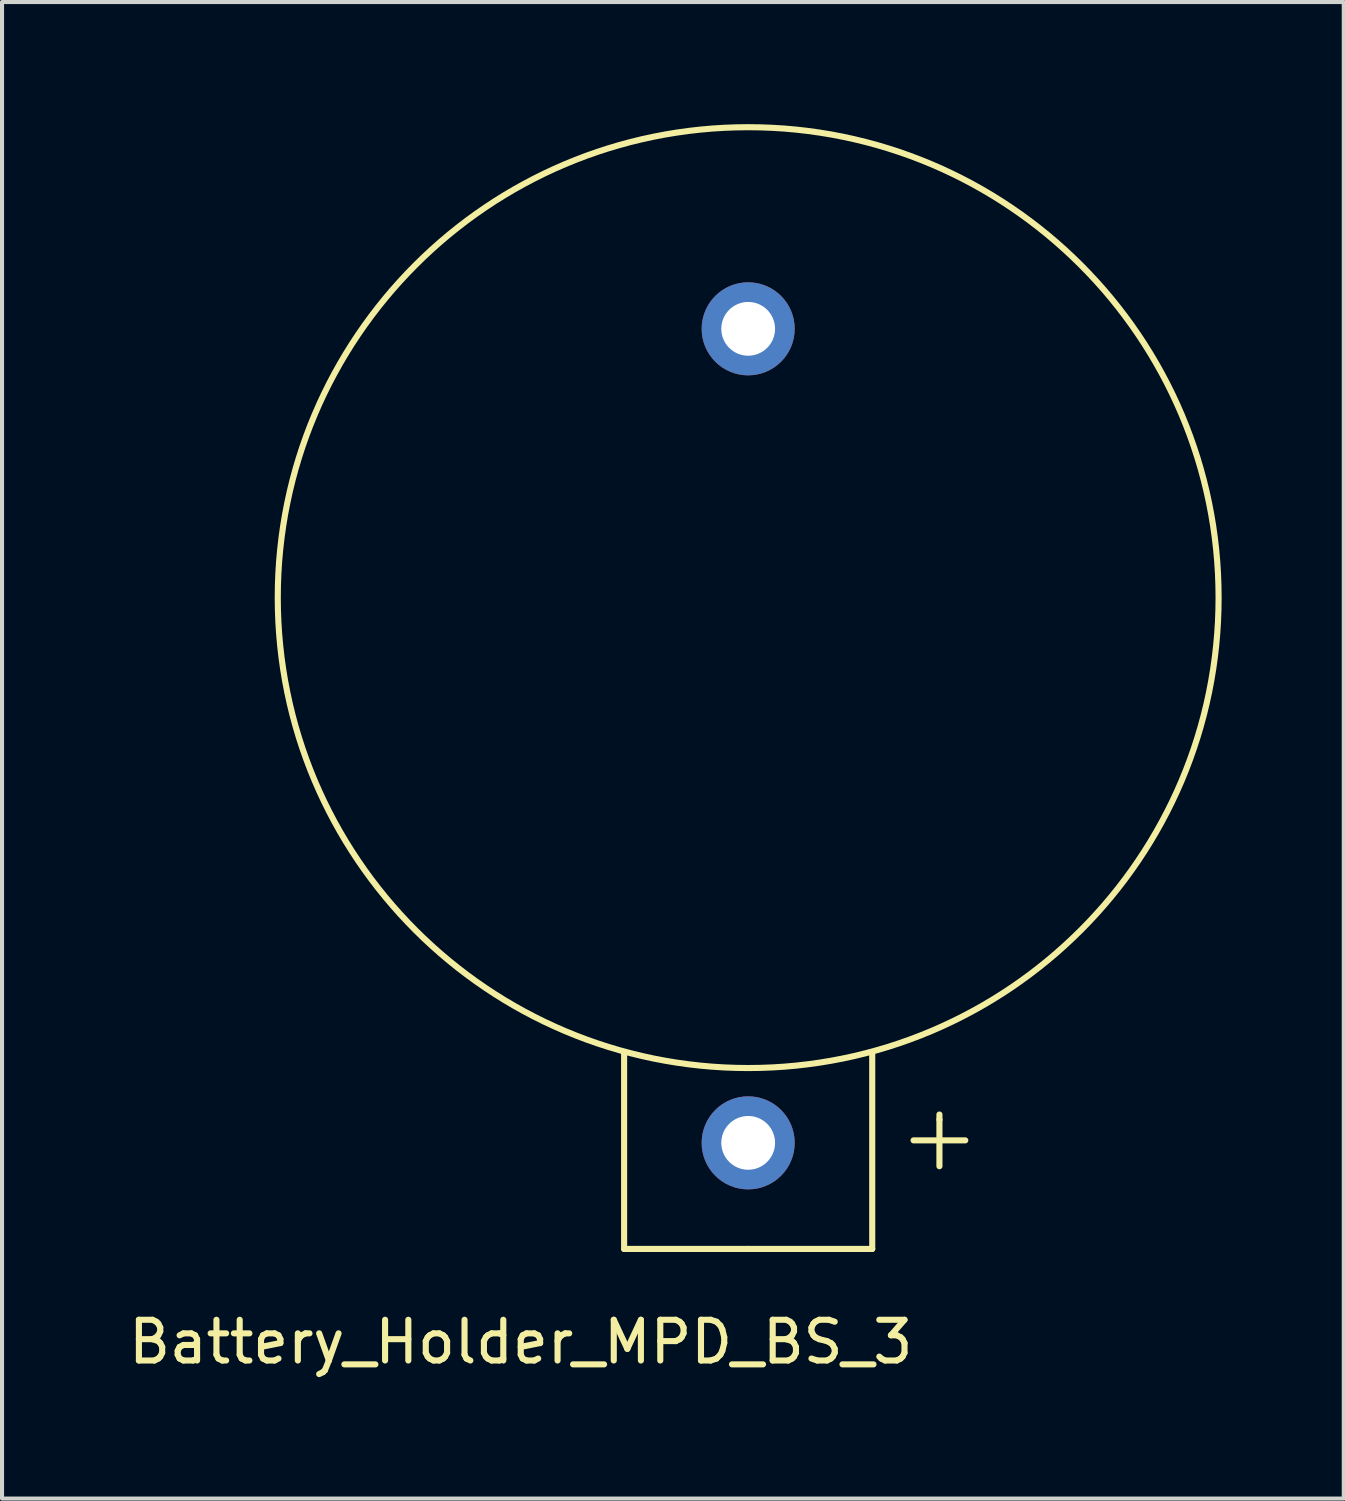
<source format=kicad_pcb>
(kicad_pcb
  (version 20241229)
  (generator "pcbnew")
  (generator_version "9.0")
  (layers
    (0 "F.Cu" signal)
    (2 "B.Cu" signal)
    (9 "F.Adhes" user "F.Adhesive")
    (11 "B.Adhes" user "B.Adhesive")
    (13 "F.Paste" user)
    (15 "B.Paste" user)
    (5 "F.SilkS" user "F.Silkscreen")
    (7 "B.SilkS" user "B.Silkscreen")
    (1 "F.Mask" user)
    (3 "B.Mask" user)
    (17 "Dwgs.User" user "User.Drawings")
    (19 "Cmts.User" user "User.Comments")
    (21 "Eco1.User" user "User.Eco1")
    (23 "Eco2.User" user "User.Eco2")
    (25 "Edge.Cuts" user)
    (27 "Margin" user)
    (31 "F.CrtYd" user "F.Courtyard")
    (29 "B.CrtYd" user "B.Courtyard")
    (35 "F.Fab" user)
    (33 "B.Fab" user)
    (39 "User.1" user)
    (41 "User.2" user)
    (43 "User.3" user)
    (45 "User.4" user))
  (footprint "Battery_Holder_MPD_BS_3"
    (layer "F.Cu")
    (at 15.332 15.062)
    (property "Reference" "Battery_Holder_MPD_BS_3" (at -5.588 14.859 0) (layer "F.SilkS") (effects (font (size 1 1) (thickness 0.15))))
    (attr through_hole)
    (fp_line (start -3.048 12.573) (end -3.048 7.747) (stroke (width 0.15) (type solid)) (layer "F.SilkS"))
    (fp_line (start 0 12.573) (end -3.048 12.573) (stroke (width 0.15) (type solid)) (layer "F.SilkS"))
    (fp_line (start 0 12.573) (end 3.048 12.573) (stroke (width 0.15) (type solid)) (layer "F.SilkS"))
    (fp_line (start 3.048 12.573) (end 3.048 7.747) (stroke (width 0.15) (type solid)) (layer "F.SilkS"))
    (fp_line (start 4.064 9.906) (end 5.334 9.906) (stroke (width 0.15) (type solid)) (layer "F.SilkS"))
    (fp_line (start 4.699 9.398) (end 4.699 9.271) (stroke (width 0.15) (type solid)) (layer "F.SilkS"))
    (fp_line (start 4.699 9.398) (end 4.699 10.541) (stroke (width 0.15) (type solid)) (layer "F.SilkS"))
    (fp_circle (center 0 -3.429) (end 11.557 -3.302) (stroke (width 0.15) (type solid)) (fill no) (layer "F.SilkS"))
    (pad "1" thru_hole circle (at 0 9.967) (size 2.286 2.286) (drill 1.321) (layers "*.Cu" "*.Mask"))
    (pad "2" thru_hole circle (at 0 -10.033) (size 2.286 2.286) (drill 1.321) (layers "*.Cu" "*.Mask")))
  (gr_rect
    (start -3 -3)
    (end 29.965 33.769)
    (stroke (width 0.1) (type default))
    (fill no)
    (layer "Edge.Cuts")))
</source>
